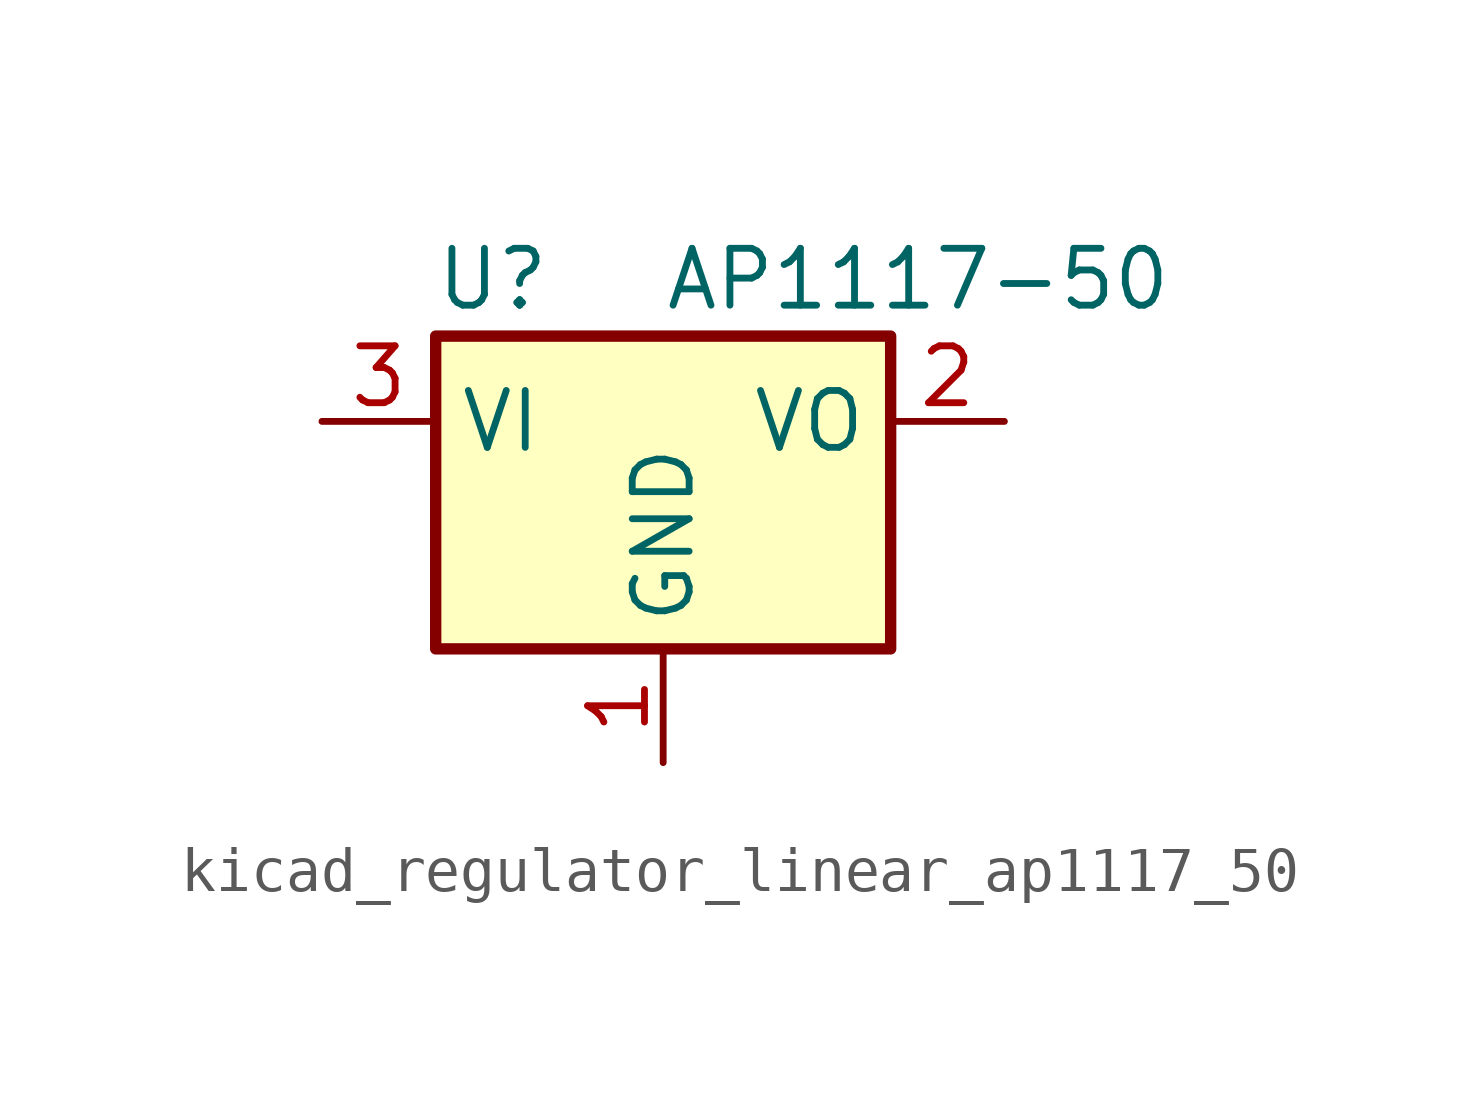
<source format=kicad_sym>
(kicad_symbol_lib
  (version 20220914)
  (generator kicad_symbol_editor)
  (symbol "kicad_regulator_linear_ap1117_50"
    (property "Reference" "U"
      (at -3.81 3.175 0)
      (effects (font (size 1.27 1.27))))
    (property "Value" "AP1117-50"
      (at 0 3.175 0)
      (effects (font (size 1.27 1.27)) (justify left)))
    (symbol "kicad_regulator_linear_ap1117_50_0_1"
      (rectangle (start -5.08 -5.08) (end 5.08 1.905) (stroke (width 0.254) (type default)) (fill (type background))))
    (symbol "kicad_regulator_linear_ap1117_50_1_1"
      (pin power_in line (at 0 -7.62 90) (length 2.54) (name "GND" (effects (font (size 1.27 1.27)))) (number "1" (effects (font (size 1.27 1.27)))))
      (pin power_out line (at 7.62 0 180) (length 2.54) (name "VO" (effects (font (size 1.27 1.27)))) (number "2" (effects (font (size 1.27 1.27)))))
      (pin power_in line (at -7.62 0 0) (length 2.54) (name "VI" (effects (font (size 1.27 1.27)))) (number "3" (effects (font (size 1.27 1.27))))))))
</source>
